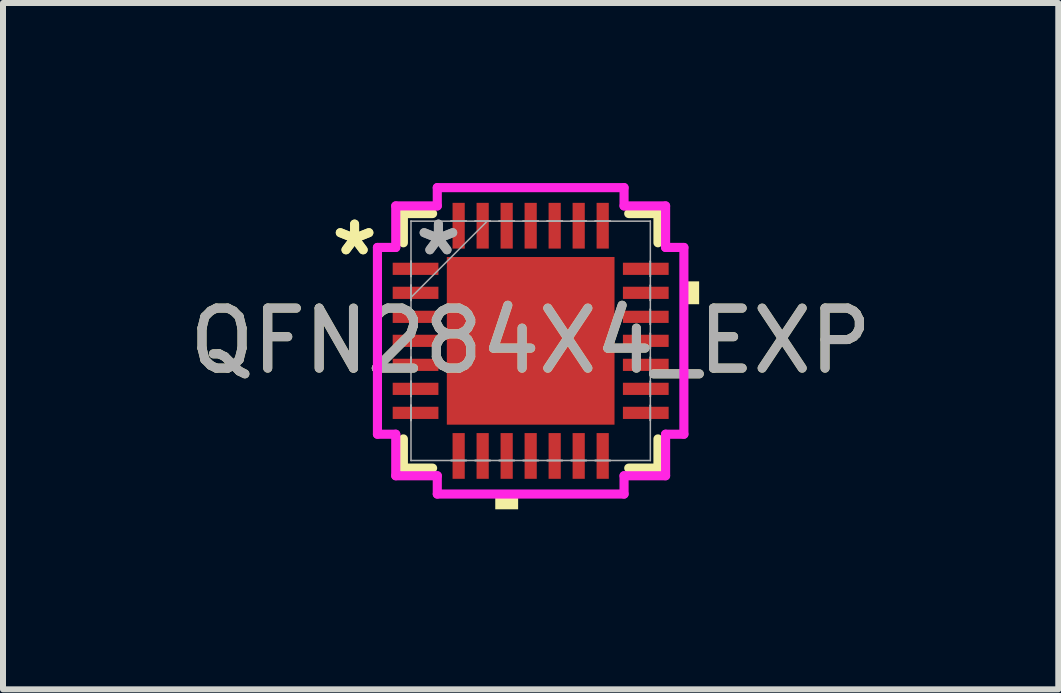
<source format=kicad_pcb>
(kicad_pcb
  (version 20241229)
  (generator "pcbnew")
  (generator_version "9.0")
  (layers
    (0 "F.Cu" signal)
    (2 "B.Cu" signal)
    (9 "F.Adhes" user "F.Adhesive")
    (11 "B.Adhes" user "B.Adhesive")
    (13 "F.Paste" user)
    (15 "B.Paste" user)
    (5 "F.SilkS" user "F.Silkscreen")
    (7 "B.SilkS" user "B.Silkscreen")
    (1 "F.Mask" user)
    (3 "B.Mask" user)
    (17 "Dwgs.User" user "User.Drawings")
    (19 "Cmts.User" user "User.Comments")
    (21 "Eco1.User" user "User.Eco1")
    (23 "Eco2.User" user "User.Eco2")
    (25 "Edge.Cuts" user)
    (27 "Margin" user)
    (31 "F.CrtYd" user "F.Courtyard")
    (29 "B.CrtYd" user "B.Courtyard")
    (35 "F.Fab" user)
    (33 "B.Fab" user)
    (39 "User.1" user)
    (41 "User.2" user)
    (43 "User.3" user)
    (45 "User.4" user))
  (footprint "QFN284X4_EXP"
    (layer "F.Cu")
    (at 5.792 2.629)
    (property "Reference" "QFN284X4_EXP" (at 0 0 0) (unlocked yes) (layer "F.SilkS") (effects (font (size 1 1) (thickness 0.15))))
    (attr smd)
    (fp_line (start -2.121 -2.121) (end -2.121 -1.634) (stroke (width 0.152) (type solid)) (layer "F.SilkS"))
    (fp_line (start -2.121 1.634) (end -2.121 2.121) (stroke (width 0.152) (type solid)) (layer "F.SilkS"))
    (fp_line (start -2.121 2.121) (end -1.634 2.121) (stroke (width 0.152) (type solid)) (layer "F.SilkS"))
    (fp_line (start -1.634 -2.121) (end -2.121 -2.121) (stroke (width 0.152) (type solid)) (layer "F.SilkS"))
    (fp_line (start 1.634 2.121) (end 2.121 2.121) (stroke (width 0.152) (type solid)) (layer "F.SilkS"))
    (fp_line (start 2.121 -2.121) (end 1.634 -2.121) (stroke (width 0.152) (type solid)) (layer "F.SilkS"))
    (fp_line (start 2.121 -1.634) (end 2.121 -2.121) (stroke (width 0.152) (type solid)) (layer "F.SilkS"))
    (fp_line (start 2.121 2.121) (end 2.121 1.634) (stroke (width 0.152) (type solid)) (layer "F.SilkS"))
    (fp_poly (pts (xy -0.59 2.553) (xy -0.59 2.807) (xy -0.209 2.807) (xy -0.209 2.553)) (stroke (width 0) (type solid)) (fill yes) (layer "F.SilkS"))
    (fp_poly (pts (xy 2.807 -0.991) (xy 2.807 -0.61) (xy 2.553 -0.61) (xy 2.553 -0.991)) (stroke (width 0) (type solid)) (fill yes) (layer "F.SilkS"))
    (fp_poly (pts (xy -1.297 -1.297) (xy -1.297 -0.1) (xy -0.1 -0.1) (xy -0.1 -1.297)) (stroke (width 0) (type solid)) (fill yes) (layer "F.Paste"))
    (fp_poly (pts (xy -1.297 0.1) (xy -1.297 1.297) (xy -0.1 1.297) (xy -0.1 0.1)) (stroke (width 0) (type solid)) (fill yes) (layer "F.Paste"))
    (fp_poly (pts (xy 0.1 -1.297) (xy 0.1 -0.1) (xy 1.297 -0.1) (xy 1.297 -1.297)) (stroke (width 0) (type solid)) (fill yes) (layer "F.Paste"))
    (fp_poly (pts (xy 0.1 0.1) (xy 0.1 1.297) (xy 1.297 1.297) (xy 1.297 0.1)) (stroke (width 0) (type solid)) (fill yes) (layer "F.Paste"))
    (fp_line (start -2.553 -1.556) (end -2.248 -1.556) (stroke (width 0.152) (type solid)) (layer "F.CrtYd"))
    (fp_line (start -2.553 1.556) (end -2.553 -1.556) (stroke (width 0.152) (type solid)) (layer "F.CrtYd"))
    (fp_line (start -2.248 -2.248) (end -1.556 -2.248) (stroke (width 0.152) (type solid)) (layer "F.CrtYd"))
    (fp_line (start -2.248 -1.556) (end -2.248 -2.248) (stroke (width 0.152) (type solid)) (layer "F.CrtYd"))
    (fp_line (start -2.248 1.556) (end -2.553 1.556) (stroke (width 0.152) (type solid)) (layer "F.CrtYd"))
    (fp_line (start -2.248 2.248) (end -2.248 1.556) (stroke (width 0.152) (type solid)) (layer "F.CrtYd"))
    (fp_line (start -1.556 -2.553) (end 1.556 -2.553) (stroke (width 0.152) (type solid)) (layer "F.CrtYd"))
    (fp_line (start -1.556 -2.248) (end -1.556 -2.553) (stroke (width 0.152) (type solid)) (layer "F.CrtYd"))
    (fp_line (start -1.556 2.248) (end -2.248 2.248) (stroke (width 0.152) (type solid)) (layer "F.CrtYd"))
    (fp_line (start -1.556 2.553) (end -1.556 2.248) (stroke (width 0.152) (type solid)) (layer "F.CrtYd"))
    (fp_line (start 1.556 -2.553) (end 1.556 -2.248) (stroke (width 0.152) (type solid)) (layer "F.CrtYd"))
    (fp_line (start 1.556 -2.248) (end 2.248 -2.248) (stroke (width 0.152) (type solid)) (layer "F.CrtYd"))
    (fp_line (start 1.556 2.248) (end 1.556 2.553) (stroke (width 0.152) (type solid)) (layer "F.CrtYd"))
    (fp_line (start 1.556 2.553) (end -1.556 2.553) (stroke (width 0.152) (type solid)) (layer "F.CrtYd"))
    (fp_line (start 2.248 -2.248) (end 2.248 -1.556) (stroke (width 0.152) (type solid)) (layer "F.CrtYd"))
    (fp_line (start 2.248 -1.556) (end 2.553 -1.556) (stroke (width 0.152) (type solid)) (layer "F.CrtYd"))
    (fp_line (start 2.248 1.556) (end 2.248 2.248) (stroke (width 0.152) (type solid)) (layer "F.CrtYd"))
    (fp_line (start 2.248 2.248) (end 1.556 2.248) (stroke (width 0.152) (type solid)) (layer "F.CrtYd"))
    (fp_line (start 2.553 -1.556) (end 2.553 1.556) (stroke (width 0.152) (type solid)) (layer "F.CrtYd"))
    (fp_line (start 2.553 1.556) (end 2.248 1.556) (stroke (width 0.152) (type solid)) (layer "F.CrtYd"))
    (fp_line (start -1.994 -1.994) (end -1.994 -1.994) (stroke (width 0.025) (type solid)) (layer "F.Fab"))
    (fp_line (start -1.994 -1.994) (end -1.994 1.994) (stroke (width 0.025) (type solid)) (layer "F.Fab"))
    (fp_line (start -1.994 -1.327) (end -1.994 -1.327) (stroke (width 0.025) (type solid)) (layer "F.Fab"))
    (fp_line (start -1.994 -1.327) (end -1.994 -1.073) (stroke (width 0.025) (type solid)) (layer "F.Fab"))
    (fp_line (start -1.994 -1.073) (end -1.994 -1.327) (stroke (width 0.025) (type solid)) (layer "F.Fab"))
    (fp_line (start -1.994 -1.073) (end -1.994 -1.073) (stroke (width 0.025) (type solid)) (layer "F.Fab"))
    (fp_line (start -1.994 -0.927) (end -1.994 -0.927) (stroke (width 0.025) (type solid)) (layer "F.Fab"))
    (fp_line (start -1.994 -0.927) (end -1.994 -0.673) (stroke (width 0.025) (type solid)) (layer "F.Fab"))
    (fp_line (start -1.994 -0.724) (end -0.724 -1.994) (stroke (width 0.025) (type solid)) (layer "F.Fab"))
    (fp_line (start -1.994 -0.673) (end -1.994 -0.927) (stroke (width 0.025) (type solid)) (layer "F.Fab"))
    (fp_line (start -1.994 -0.673) (end -1.994 -0.673) (stroke (width 0.025) (type solid)) (layer "F.Fab"))
    (fp_line (start -1.994 -0.527) (end -1.994 -0.527) (stroke (width 0.025) (type solid)) (layer "F.Fab"))
    (fp_line (start -1.994 -0.527) (end -1.994 -0.273) (stroke (width 0.025) (type solid)) (layer "F.Fab"))
    (fp_line (start -1.994 -0.273) (end -1.994 -0.527) (stroke (width 0.025) (type solid)) (layer "F.Fab"))
    (fp_line (start -1.994 -0.273) (end -1.994 -0.273) (stroke (width 0.025) (type solid)) (layer "F.Fab"))
    (fp_line (start -1.994 -0.127) (end -1.994 -0.127) (stroke (width 0.025) (type solid)) (layer "F.Fab"))
    (fp_line (start -1.994 -0.127) (end -1.994 0.127) (stroke (width 0.025) (type solid)) (layer "F.Fab"))
    (fp_line (start -1.994 0.127) (end -1.994 -0.127) (stroke (width 0.025) (type solid)) (layer "F.Fab"))
    (fp_line (start -1.994 0.127) (end -1.994 0.127) (stroke (width 0.025) (type solid)) (layer "F.Fab"))
    (fp_line (start -1.994 0.273) (end -1.994 0.273) (stroke (width 0.025) (type solid)) (layer "F.Fab"))
    (fp_line (start -1.994 0.273) (end -1.994 0.527) (stroke (width 0.025) (type solid)) (layer "F.Fab"))
    (fp_line (start -1.994 0.527) (end -1.994 0.273) (stroke (width 0.025) (type solid)) (layer "F.Fab"))
    (fp_line (start -1.994 0.527) (end -1.994 0.527) (stroke (width 0.025) (type solid)) (layer "F.Fab"))
    (fp_line (start -1.994 0.673) (end -1.994 0.673) (stroke (width 0.025) (type solid)) (layer "F.Fab"))
    (fp_line (start -1.994 0.673) (end -1.994 0.927) (stroke (width 0.025) (type solid)) (layer "F.Fab"))
    (fp_line (start -1.994 0.927) (end -1.994 0.673) (stroke (width 0.025) (type solid)) (layer "F.Fab"))
    (fp_line (start -1.994 0.927) (end -1.994 0.927) (stroke (width 0.025) (type solid)) (layer "F.Fab"))
    (fp_line (start -1.994 1.073) (end -1.994 1.073) (stroke (width 0.025) (type solid)) (layer "F.Fab"))
    (fp_line (start -1.994 1.073) (end -1.994 1.327) (stroke (width 0.025) (type solid)) (layer "F.Fab"))
    (fp_line (start -1.994 1.327) (end -1.994 1.073) (stroke (width 0.025) (type solid)) (layer "F.Fab"))
    (fp_line (start -1.994 1.327) (end -1.994 1.327) (stroke (width 0.025) (type solid)) (layer "F.Fab"))
    (fp_line (start -1.994 1.994) (end -1.994 1.994) (stroke (width 0.025) (type solid)) (layer "F.Fab"))
    (fp_line (start -1.994 1.994) (end 1.994 1.994) (stroke (width 0.025) (type solid)) (layer "F.Fab"))
    (fp_line (start -1.327 -1.994) (end -1.327 -1.994) (stroke (width 0.025) (type solid)) (layer "F.Fab"))
    (fp_line (start -1.327 -1.994) (end -1.073 -1.994) (stroke (width 0.025) (type solid)) (layer "F.Fab"))
    (fp_line (start -1.327 1.994) (end -1.327 1.994) (stroke (width 0.025) (type solid)) (layer "F.Fab"))
    (fp_line (start -1.327 1.994) (end -1.073 1.994) (stroke (width 0.025) (type solid)) (layer "F.Fab"))
    (fp_line (start -1.073 -1.994) (end -1.327 -1.994) (stroke (width 0.025) (type solid)) (layer "F.Fab"))
    (fp_line (start -1.073 -1.994) (end -1.073 -1.994) (stroke (width 0.025) (type solid)) (layer "F.Fab"))
    (fp_line (start -1.073 1.994) (end -1.327 1.994) (stroke (width 0.025) (type solid)) (layer "F.Fab"))
    (fp_line (start -1.073 1.994) (end -1.073 1.994) (stroke (width 0.025) (type solid)) (layer "F.Fab"))
    (fp_line (start -0.927 -1.994) (end -0.927 -1.994) (stroke (width 0.025) (type solid)) (layer "F.Fab"))
    (fp_line (start -0.927 -1.994) (end -0.673 -1.994) (stroke (width 0.025) (type solid)) (layer "F.Fab"))
    (fp_line (start -0.927 1.994) (end -0.927 1.994) (stroke (width 0.025) (type solid)) (layer "F.Fab"))
    (fp_line (start -0.927 1.994) (end -0.673 1.994) (stroke (width 0.025) (type solid)) (layer "F.Fab"))
    (fp_line (start -0.673 -1.994) (end -0.927 -1.994) (stroke (width 0.025) (type solid)) (layer "F.Fab"))
    (fp_line (start -0.673 -1.994) (end -0.673 -1.994) (stroke (width 0.025) (type solid)) (layer "F.Fab"))
    (fp_line (start -0.673 1.994) (end -0.927 1.994) (stroke (width 0.025) (type solid)) (layer "F.Fab"))
    (fp_line (start -0.673 1.994) (end -0.673 1.994) (stroke (width 0.025) (type solid)) (layer "F.Fab"))
    (fp_line (start -0.527 -1.994) (end -0.527 -1.994) (stroke (width 0.025) (type solid)) (layer "F.Fab"))
    (fp_line (start -0.527 -1.994) (end -0.273 -1.994) (stroke (width 0.025) (type solid)) (layer "F.Fab"))
    (fp_line (start -0.527 1.994) (end -0.527 1.994) (stroke (width 0.025) (type solid)) (layer "F.Fab"))
    (fp_line (start -0.527 1.994) (end -0.273 1.994) (stroke (width 0.025) (type solid)) (layer "F.Fab"))
    (fp_line (start -0.273 -1.994) (end -0.527 -1.994) (stroke (width 0.025) (type solid)) (layer "F.Fab"))
    (fp_line (start -0.273 -1.994) (end -0.273 -1.994) (stroke (width 0.025) (type solid)) (layer "F.Fab"))
    (fp_line (start -0.273 1.994) (end -0.527 1.994) (stroke (width 0.025) (type solid)) (layer "F.Fab"))
    (fp_line (start -0.273 1.994) (end -0.273 1.994) (stroke (width 0.025) (type solid)) (layer "F.Fab"))
    (fp_line (start -0.127 -1.994) (end -0.127 -1.994) (stroke (width 0.025) (type solid)) (layer "F.Fab"))
    (fp_line (start -0.127 -1.994) (end 0.127 -1.994) (stroke (width 0.025) (type solid)) (layer "F.Fab"))
    (fp_line (start -0.127 1.994) (end -0.127 1.994) (stroke (width 0.025) (type solid)) (layer "F.Fab"))
    (fp_line (start -0.127 1.994) (end 0.127 1.994) (stroke (width 0.025) (type solid)) (layer "F.Fab"))
    (fp_line (start 0.127 -1.994) (end -0.127 -1.994) (stroke (width 0.025) (type solid)) (layer "F.Fab"))
    (fp_line (start 0.127 -1.994) (end 0.127 -1.994) (stroke (width 0.025) (type solid)) (layer "F.Fab"))
    (fp_line (start 0.127 1.994) (end -0.127 1.994) (stroke (width 0.025) (type solid)) (layer "F.Fab"))
    (fp_line (start 0.127 1.994) (end 0.127 1.994) (stroke (width 0.025) (type solid)) (layer "F.Fab"))
    (fp_line (start 0.273 -1.994) (end 0.273 -1.994) (stroke (width 0.025) (type solid)) (layer "F.Fab"))
    (fp_line (start 0.273 -1.994) (end 0.527 -1.994) (stroke (width 0.025) (type solid)) (layer "F.Fab"))
    (fp_line (start 0.273 1.994) (end 0.273 1.994) (stroke (width 0.025) (type solid)) (layer "F.Fab"))
    (fp_line (start 0.273 1.994) (end 0.527 1.994) (stroke (width 0.025) (type solid)) (layer "F.Fab"))
    (fp_line (start 0.527 -1.994) (end 0.273 -1.994) (stroke (width 0.025) (type solid)) (layer "F.Fab"))
    (fp_line (start 0.527 -1.994) (end 0.527 -1.994) (stroke (width 0.025) (type solid)) (layer "F.Fab"))
    (fp_line (start 0.527 1.994) (end 0.273 1.994) (stroke (width 0.025) (type solid)) (layer "F.Fab"))
    (fp_line (start 0.527 1.994) (end 0.527 1.994) (stroke (width 0.025) (type solid)) (layer "F.Fab"))
    (fp_line (start 0.673 -1.994) (end 0.673 -1.994) (stroke (width 0.025) (type solid)) (layer "F.Fab"))
    (fp_line (start 0.673 -1.994) (end 0.927 -1.994) (stroke (width 0.025) (type solid)) (layer "F.Fab"))
    (fp_line (start 0.673 1.994) (end 0.673 1.994) (stroke (width 0.025) (type solid)) (layer "F.Fab"))
    (fp_line (start 0.673 1.994) (end 0.927 1.994) (stroke (width 0.025) (type solid)) (layer "F.Fab"))
    (fp_line (start 0.927 -1.994) (end 0.673 -1.994) (stroke (width 0.025) (type solid)) (layer "F.Fab"))
    (fp_line (start 0.927 -1.994) (end 0.927 -1.994) (stroke (width 0.025) (type solid)) (layer "F.Fab"))
    (fp_line (start 0.927 1.994) (end 0.673 1.994) (stroke (width 0.025) (type solid)) (layer "F.Fab"))
    (fp_line (start 0.927 1.994) (end 0.927 1.994) (stroke (width 0.025) (type solid)) (layer "F.Fab"))
    (fp_line (start 1.073 -1.994) (end 1.073 -1.994) (stroke (width 0.025) (type solid)) (layer "F.Fab"))
    (fp_line (start 1.073 -1.994) (end 1.327 -1.994) (stroke (width 0.025) (type solid)) (layer "F.Fab"))
    (fp_line (start 1.073 1.994) (end 1.073 1.994) (stroke (width 0.025) (type solid)) (layer "F.Fab"))
    (fp_line (start 1.073 1.994) (end 1.327 1.994) (stroke (width 0.025) (type solid)) (layer "F.Fab"))
    (fp_line (start 1.327 -1.994) (end 1.073 -1.994) (stroke (width 0.025) (type solid)) (layer "F.Fab"))
    (fp_line (start 1.327 -1.994) (end 1.327 -1.994) (stroke (width 0.025) (type solid)) (layer "F.Fab"))
    (fp_line (start 1.327 1.994) (end 1.073 1.994) (stroke (width 0.025) (type solid)) (layer "F.Fab"))
    (fp_line (start 1.327 1.994) (end 1.327 1.994) (stroke (width 0.025) (type solid)) (layer "F.Fab"))
    (fp_line (start 1.994 -1.994) (end -1.994 -1.994) (stroke (width 0.025) (type solid)) (layer "F.Fab"))
    (fp_line (start 1.994 -1.994) (end 1.994 -1.994) (stroke (width 0.025) (type solid)) (layer "F.Fab"))
    (fp_line (start 1.994 -1.327) (end 1.994 -1.327) (stroke (width 0.025) (type solid)) (layer "F.Fab"))
    (fp_line (start 1.994 -1.327) (end 1.994 -1.073) (stroke (width 0.025) (type solid)) (layer "F.Fab"))
    (fp_line (start 1.994 -1.073) (end 1.994 -1.327) (stroke (width 0.025) (type solid)) (layer "F.Fab"))
    (fp_line (start 1.994 -1.073) (end 1.994 -1.073) (stroke (width 0.025) (type solid)) (layer "F.Fab"))
    (fp_line (start 1.994 -0.927) (end 1.994 -0.927) (stroke (width 0.025) (type solid)) (layer "F.Fab"))
    (fp_line (start 1.994 -0.927) (end 1.994 -0.673) (stroke (width 0.025) (type solid)) (layer "F.Fab"))
    (fp_line (start 1.994 -0.673) (end 1.994 -0.927) (stroke (width 0.025) (type solid)) (layer "F.Fab"))
    (fp_line (start 1.994 -0.673) (end 1.994 -0.673) (stroke (width 0.025) (type solid)) (layer "F.Fab"))
    (fp_line (start 1.994 -0.527) (end 1.994 -0.527) (stroke (width 0.025) (type solid)) (layer "F.Fab"))
    (fp_line (start 1.994 -0.527) (end 1.994 -0.273) (stroke (width 0.025) (type solid)) (layer "F.Fab"))
    (fp_line (start 1.994 -0.273) (end 1.994 -0.527) (stroke (width 0.025) (type solid)) (layer "F.Fab"))
    (fp_line (start 1.994 -0.273) (end 1.994 -0.273) (stroke (width 0.025) (type solid)) (layer "F.Fab"))
    (fp_line (start 1.994 -0.127) (end 1.994 -0.127) (stroke (width 0.025) (type solid)) (layer "F.Fab"))
    (fp_line (start 1.994 -0.127) (end 1.994 0.127) (stroke (width 0.025) (type solid)) (layer "F.Fab"))
    (fp_line (start 1.994 0.127) (end 1.994 -0.127) (stroke (width 0.025) (type solid)) (layer "F.Fab"))
    (fp_line (start 1.994 0.127) (end 1.994 0.127) (stroke (width 0.025) (type solid)) (layer "F.Fab"))
    (fp_line (start 1.994 0.273) (end 1.994 0.273) (stroke (width 0.025) (type solid)) (layer "F.Fab"))
    (fp_line (start 1.994 0.273) (end 1.994 0.527) (stroke (width 0.025) (type solid)) (layer "F.Fab"))
    (fp_line (start 1.994 0.527) (end 1.994 0.273) (stroke (width 0.025) (type solid)) (layer "F.Fab"))
    (fp_line (start 1.994 0.527) (end 1.994 0.527) (stroke (width 0.025) (type solid)) (layer "F.Fab"))
    (fp_line (start 1.994 0.673) (end 1.994 0.673) (stroke (width 0.025) (type solid)) (layer "F.Fab"))
    (fp_line (start 1.994 0.673) (end 1.994 0.927) (stroke (width 0.025) (type solid)) (layer "F.Fab"))
    (fp_line (start 1.994 0.927) (end 1.994 0.673) (stroke (width 0.025) (type solid)) (layer "F.Fab"))
    (fp_line (start 1.994 0.927) (end 1.994 0.927) (stroke (width 0.025) (type solid)) (layer "F.Fab"))
    (fp_line (start 1.994 1.073) (end 1.994 1.073) (stroke (width 0.025) (type solid)) (layer "F.Fab"))
    (fp_line (start 1.994 1.073) (end 1.994 1.327) (stroke (width 0.025) (type solid)) (layer "F.Fab"))
    (fp_line (start 1.994 1.327) (end 1.994 1.073) (stroke (width 0.025) (type solid)) (layer "F.Fab"))
    (fp_line (start 1.994 1.327) (end 1.994 1.327) (stroke (width 0.025) (type solid)) (layer "F.Fab"))
    (fp_line (start 1.994 1.994) (end 1.994 -1.994) (stroke (width 0.025) (type solid)) (layer "F.Fab"))
    (fp_line (start 1.994 1.994) (end 1.994 1.994) (stroke (width 0.025) (type solid)) (layer "F.Fab"))
    (fp_text user "*" (at -2.934 -1.4 0) (unlocked yes) (layer "F.SilkS") (effects (font (size 1 1) (thickness 0.15))))
    (fp_text user "*" (at -2.934 -1.4 0) (layer "F.SilkS") (effects (font (size 1 1) (thickness 0.15))))
    (fp_text user "*" (at -1.537 -1.4 0) (unlocked yes) (layer "F.Fab") (effects (font (size 1 1) (thickness 0.15))))
    (fp_text user "${REFERENCE}" (at 0 0 0) (unlocked yes) (layer "F.Fab") (effects (font (size 1 1) (thickness 0.15))))
    (fp_text user "*" (at -1.537 -1.4 0) (layer "F.Fab") (effects (font (size 1 1) (thickness 0.15))))
    (pad "1" smd rect (at -1.918 -1.2 90) (size 0.203 0.762) (layers "F.Cu" "F.Mask" "F.Paste"))
    (pad "2" smd rect (at -1.918 -0.8 90) (size 0.203 0.762) (layers "F.Cu" "F.Mask" "F.Paste"))
    (pad "3" smd rect (at -1.918 -0.4 90) (size 0.203 0.762) (layers "F.Cu" "F.Mask" "F.Paste"))
    (pad "4" smd rect (at -1.918 0 90) (size 0.203 0.762) (layers "F.Cu" "F.Mask" "F.Paste"))
    (pad "5" smd rect (at -1.918 0.4 90) (size 0.203 0.762) (layers "F.Cu" "F.Mask" "F.Paste"))
    (pad "6" smd rect (at -1.918 0.8 90) (size 0.203 0.762) (layers "F.Cu" "F.Mask" "F.Paste"))
    (pad "7" smd rect (at -1.918 1.2 90) (size 0.203 0.762) (layers "F.Cu" "F.Mask" "F.Paste"))
    (pad "8" smd rect (at -1.2 1.918) (size 0.203 0.762) (layers "F.Cu" "F.Mask" "F.Paste"))
    (pad "9" smd rect (at -0.8 1.918) (size 0.203 0.762) (layers "F.Cu" "F.Mask" "F.Paste"))
    (pad "10" smd rect (at -0.4 1.918) (size 0.203 0.762) (layers "F.Cu" "F.Mask" "F.Paste"))
    (pad "11" smd rect (at 0 1.918) (size 0.203 0.762) (layers "F.Cu" "F.Mask" "F.Paste"))
    (pad "12" smd rect (at 0.4 1.918) (size 0.203 0.762) (layers "F.Cu" "F.Mask" "F.Paste"))
    (pad "13" smd rect (at 0.8 1.918) (size 0.203 0.762) (layers "F.Cu" "F.Mask" "F.Paste"))
    (pad "14" smd rect (at 1.2 1.918) (size 0.203 0.762) (layers "F.Cu" "F.Mask" "F.Paste"))
    (pad "15" smd rect (at 1.918 1.2 90) (size 0.203 0.762) (layers "F.Cu" "F.Mask" "F.Paste"))
    (pad "16" smd rect (at 1.918 0.8 90) (size 0.203 0.762) (layers "F.Cu" "F.Mask" "F.Paste"))
    (pad "17" smd rect (at 1.918 0.4 90) (size 0.203 0.762) (layers "F.Cu" "F.Mask" "F.Paste"))
    (pad "18" smd rect (at 1.918 0 90) (size 0.203 0.762) (layers "F.Cu" "F.Mask" "F.Paste"))
    (pad "19" smd rect (at 1.918 -0.4 90) (size 0.203 0.762) (layers "F.Cu" "F.Mask" "F.Paste"))
    (pad "20" smd rect (at 1.918 -0.8 90) (size 0.203 0.762) (layers "F.Cu" "F.Mask" "F.Paste"))
    (pad "21" smd rect (at 1.918 -1.2 90) (size 0.203 0.762) (layers "F.Cu" "F.Mask" "F.Paste"))
    (pad "22" smd rect (at 1.2 -1.918) (size 0.203 0.762) (layers "F.Cu" "F.Mask" "F.Paste"))
    (pad "23" smd rect (at 0.8 -1.918) (size 0.203 0.762) (layers "F.Cu" "F.Mask" "F.Paste"))
    (pad "24" smd rect (at 0.4 -1.918) (size 0.203 0.762) (layers "F.Cu" "F.Mask" "F.Paste"))
    (pad "25" smd rect (at 0 -1.918) (size 0.203 0.762) (layers "F.Cu" "F.Mask" "F.Paste"))
    (pad "26" smd rect (at -0.4 -1.918) (size 0.203 0.762) (layers "F.Cu" "F.Mask" "F.Paste"))
    (pad "27" smd rect (at -0.8 -1.918) (size 0.203 0.762) (layers "F.Cu" "F.Mask" "F.Paste"))
    (pad "28" smd rect (at -1.2 -1.918) (size 0.203 0.762) (layers "F.Cu" "F.Mask" "F.Paste"))
    (pad "29" smd rect (at 0 0) (size 2.794 2.794) (layers "F.Cu" "F.Mask" "F.Paste")))
  (gr_rect
    (start -3 -3)
    (end 14.583 8.436)
    (stroke (width 0.1) (type default))
    (fill no)
    (layer "Edge.Cuts")))
</source>
